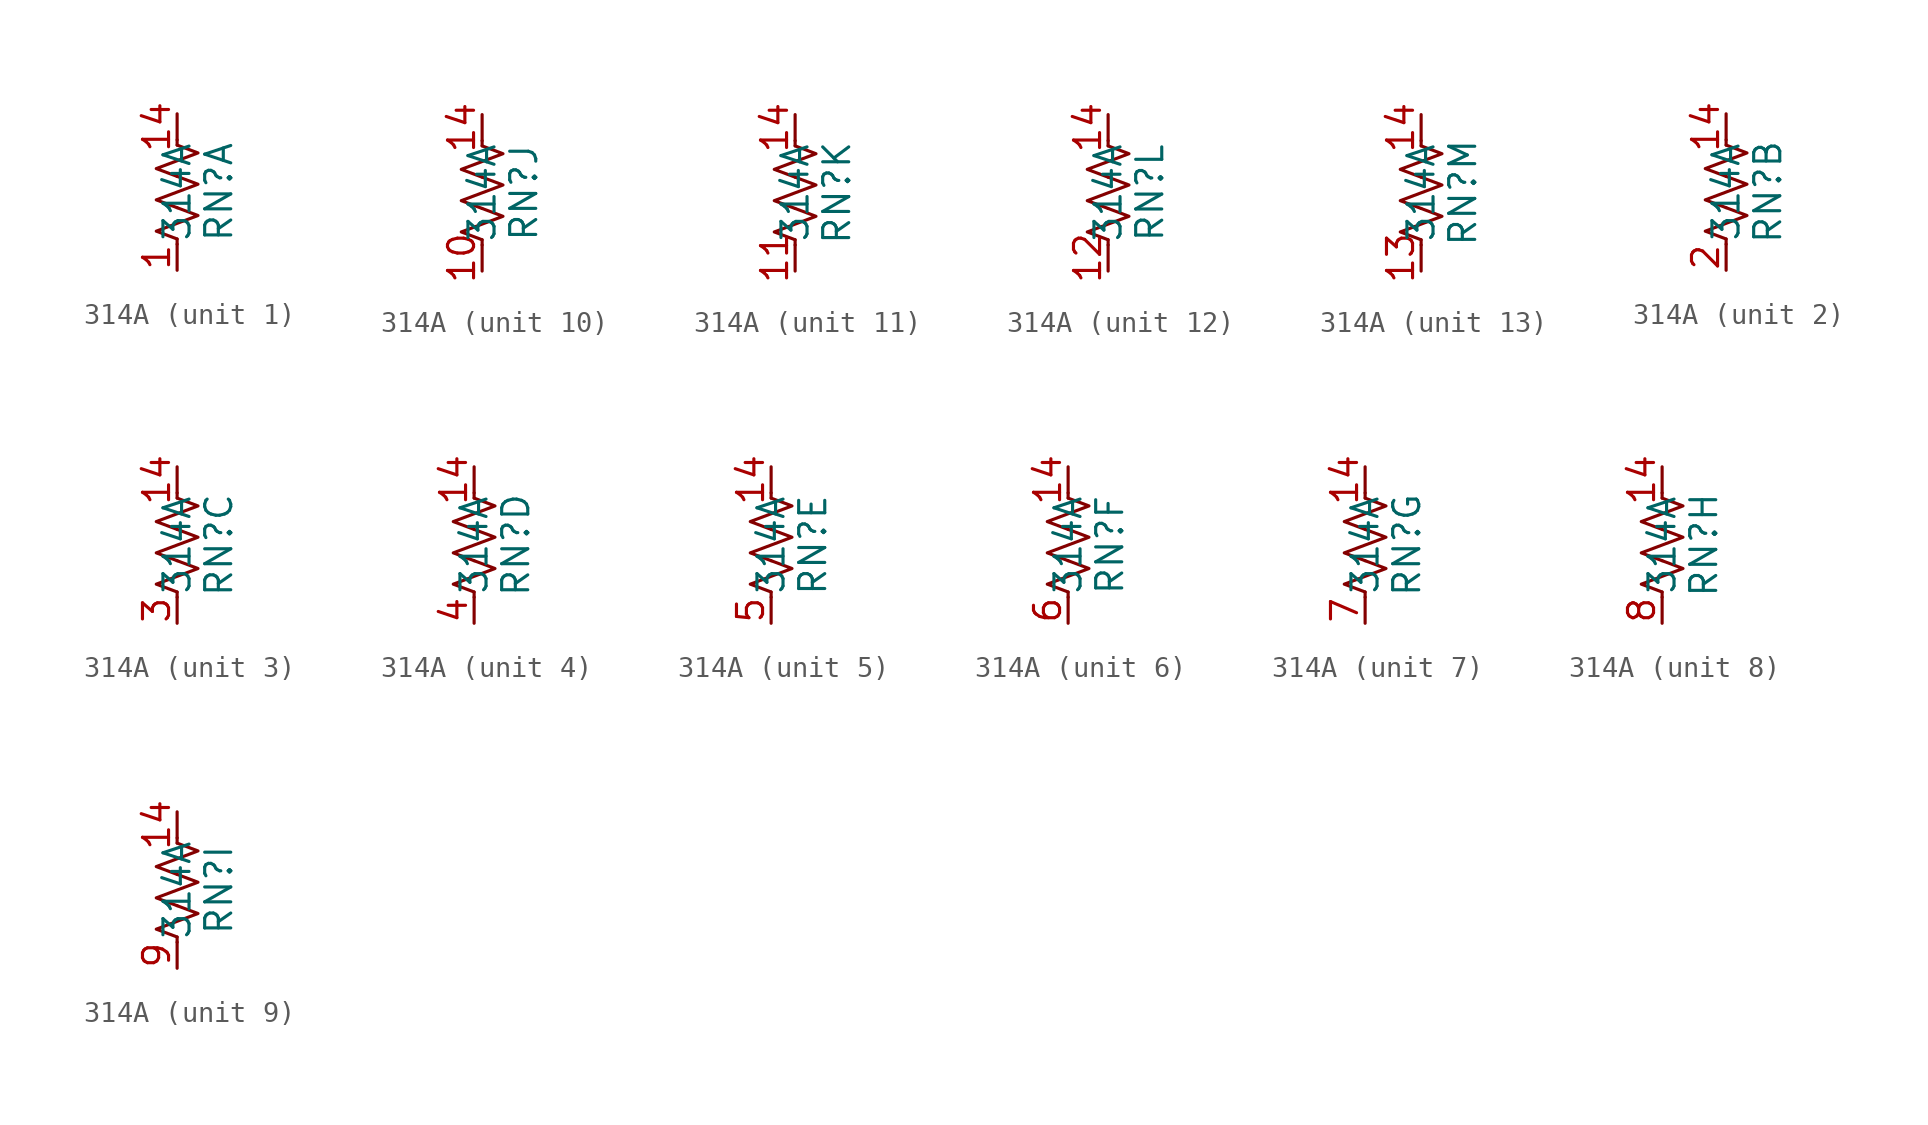
<source format=kicad_sym>
(kicad_symbol_lib
  (version 20241209)
  (generator "kicad_symbol_editor")
  (generator_version "9.0")
  (symbol "314A"
    (pin_names
      (offset 0)
      (hide yes))
    (property "Reference" "RN"
      (at 2.032 0 90)
      (effects (font (size 1.27 1.27))))
    (property "Value" "314A"
      (at 0 0 90)
      (effects (font (size 1.27 1.27))))
    (symbol "314A_0_1"
      (polyline (pts (xy 0 2.286) (xy 0 2.54)) (stroke (width 0) (type default)) (fill (type none)))
      (polyline (pts (xy 0 2.286) (xy 1.016 1.905) (xy 0 1.524) (xy -1.016 1.143) (xy 0 0.762)) (stroke (width 0) (type default)) (fill (type none)))
      (polyline (pts (xy 0 0.762) (xy 1.016 0.381) (xy 0 0) (xy -1.016 -0.381) (xy 0 -0.762)) (stroke (width 0) (type default)) (fill (type none)))
      (polyline (pts (xy 0 -0.762) (xy 1.016 -1.143) (xy 0 -1.524) (xy -1.016 -1.905) (xy 0 -2.286)) (stroke (width 0) (type default)) (fill (type none)))
      (polyline (pts (xy 0 -2.286) (xy 0 -2.54)) (stroke (width 0) (type default)) (fill (type none)))
      (pin passive line (at 0 3.81 270) (length 1.27) (name "R1" (effects (font (size 1.27 1.27)))) (number "14" (effects (font (size 1.27 1.27))))))
    (symbol "314A_1_1"
      (pin passive line (at 0 -3.81 90) (length 1.27) (name "R1.2" (effects (font (size 1.27 1.27)))) (number "1" (effects (font (size 1.27 1.27))))))
    (symbol "314A_2_1"
      (pin passive line (at 0 -3.81 90) (length 1.27) (name "R2.2" (effects (font (size 1.27 1.27)))) (number "2" (effects (font (size 1.27 1.27))))))
    (symbol "314A_3_1"
      (pin passive line (at 0 -3.81 90) (length 1.27) (name "R3.2" (effects (font (size 1.27 1.27)))) (number "3" (effects (font (size 1.27 1.27))))))
    (symbol "314A_4_1"
      (pin passive line (at 0 -3.81 90) (length 1.27) (name "R4.2" (effects (font (size 1.27 1.27)))) (number "4" (effects (font (size 1.27 1.27))))))
    (symbol "314A_5_1"
      (pin passive line (at 0 -3.81 90) (length 1.27) (name "R5.2" (effects (font (size 1.27 1.27)))) (number "5" (effects (font (size 1.27 1.27))))))
    (symbol "314A_6_1"
      (pin passive line (at 0 -3.81 90) (length 1.27) (name "R6.2" (effects (font (size 1.27 1.27)))) (number "6" (effects (font (size 1.27 1.27))))))
    (symbol "314A_7_1"
      (pin passive line (at 0 -3.81 90) (length 1.27) (name "R7.2" (effects (font (size 1.27 1.27)))) (number "7" (effects (font (size 1.27 1.27))))))
    (symbol "314A_8_1"
      (pin passive line (at 0 -3.81 90) (length 1.27) (name "R8.2" (effects (font (size 1.27 1.27)))) (number "8" (effects (font (size 1.27 1.27))))))
    (symbol "314A_9_1"
      (pin passive line (at 0 -3.81 90) (length 1.27) (name "R9.2" (effects (font (size 1.27 1.27)))) (number "9" (effects (font (size 1.27 1.27))))))
    (symbol "314A_10_1"
      (pin passive line (at 0 -3.81 90) (length 1.27) (name "R10.2" (effects (font (size 1.27 1.27)))) (number "10" (effects (font (size 1.27 1.27))))))
    (symbol "314A_11_1"
      (pin passive line (at 0 -3.81 90) (length 1.27) (name "R11.2" (effects (font (size 1.27 1.27)))) (number "11" (effects (font (size 1.27 1.27))))))
    (symbol "314A_12_1"
      (pin passive line (at 0 -3.81 90) (length 1.27) (name "R12.2" (effects (font (size 1.27 1.27)))) (number "12" (effects (font (size 1.27 1.27))))))
    (symbol "314A_13_1"
      (pin passive line (at 0 -3.81 90) (length 1.27) (name "R13.2" (effects (font (size 1.27 1.27)))) (number "13" (effects (font (size 1.27 1.27))))))))
</source>
